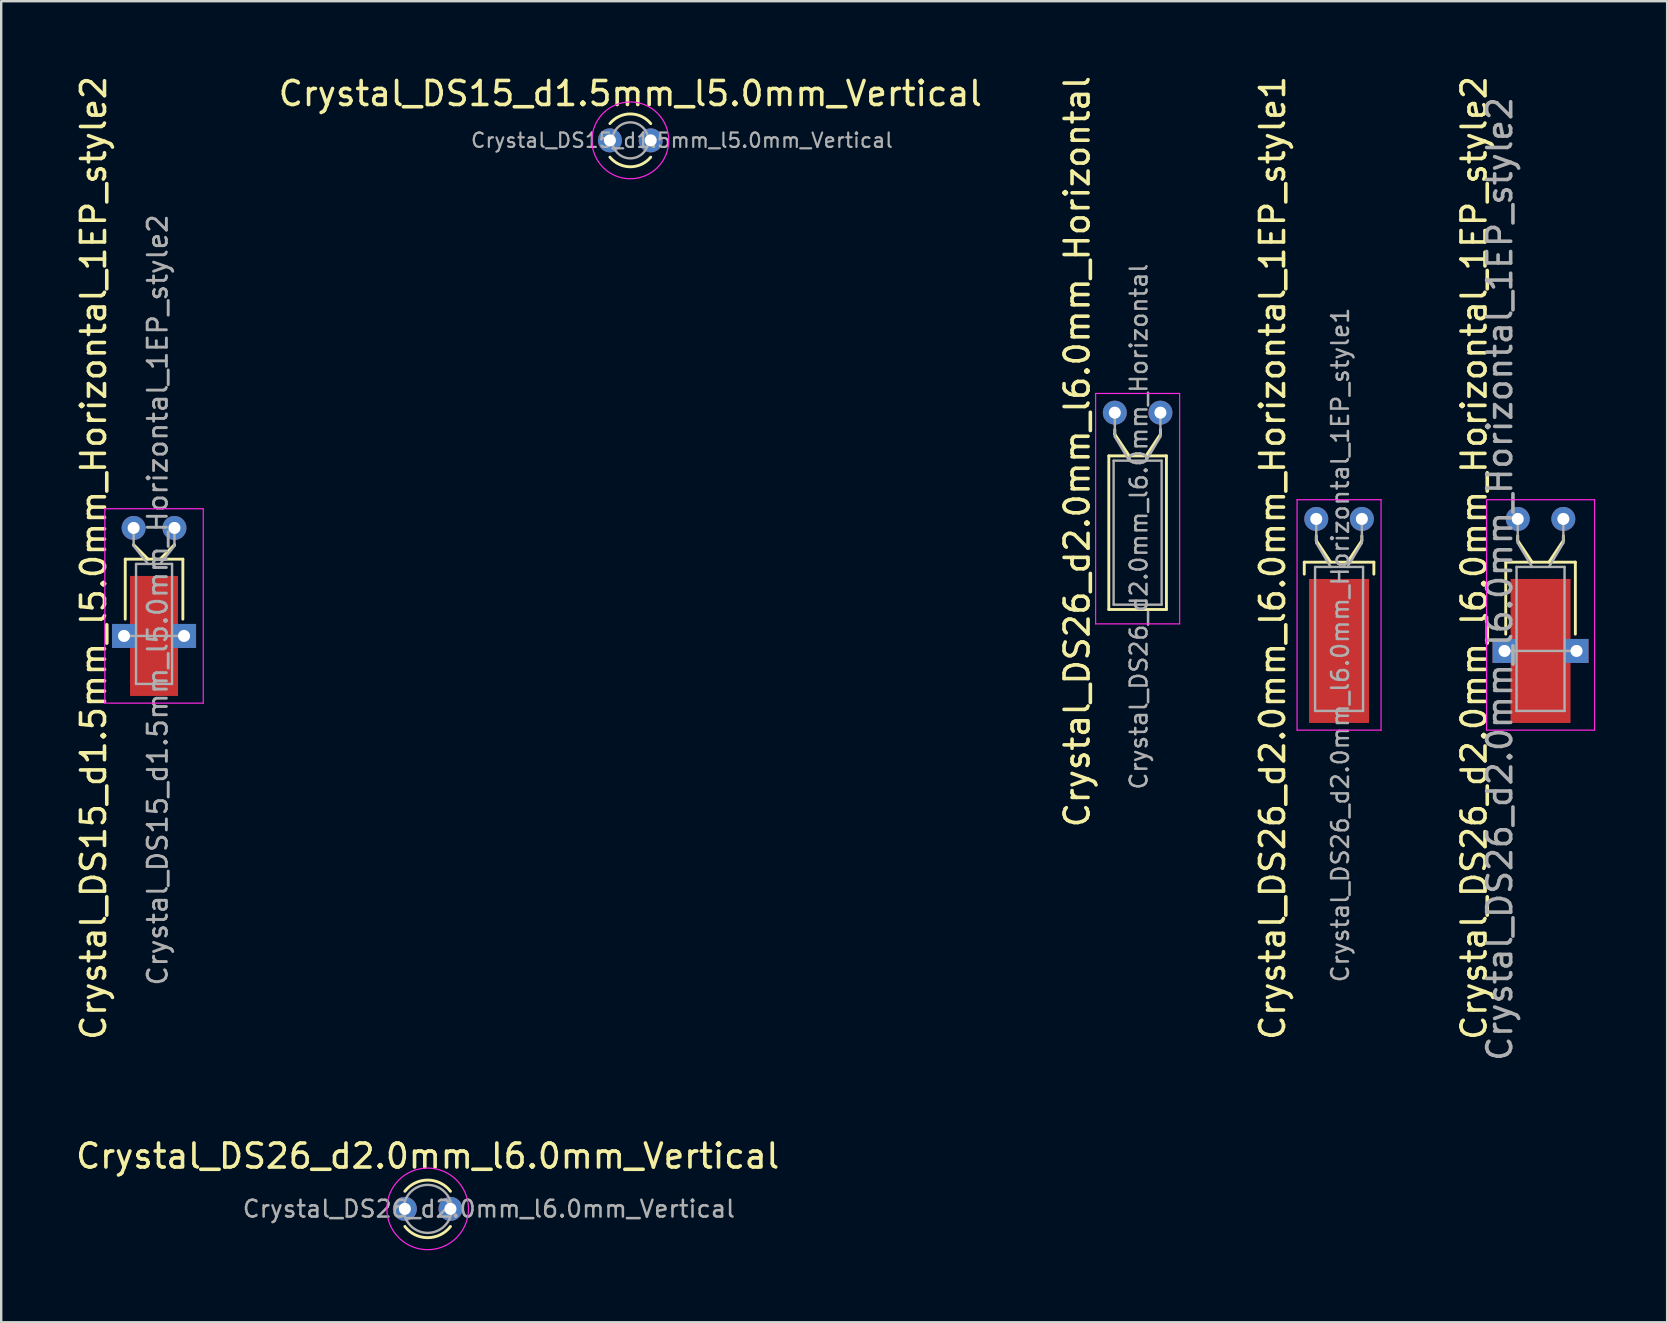
<source format=kicad_pcb>
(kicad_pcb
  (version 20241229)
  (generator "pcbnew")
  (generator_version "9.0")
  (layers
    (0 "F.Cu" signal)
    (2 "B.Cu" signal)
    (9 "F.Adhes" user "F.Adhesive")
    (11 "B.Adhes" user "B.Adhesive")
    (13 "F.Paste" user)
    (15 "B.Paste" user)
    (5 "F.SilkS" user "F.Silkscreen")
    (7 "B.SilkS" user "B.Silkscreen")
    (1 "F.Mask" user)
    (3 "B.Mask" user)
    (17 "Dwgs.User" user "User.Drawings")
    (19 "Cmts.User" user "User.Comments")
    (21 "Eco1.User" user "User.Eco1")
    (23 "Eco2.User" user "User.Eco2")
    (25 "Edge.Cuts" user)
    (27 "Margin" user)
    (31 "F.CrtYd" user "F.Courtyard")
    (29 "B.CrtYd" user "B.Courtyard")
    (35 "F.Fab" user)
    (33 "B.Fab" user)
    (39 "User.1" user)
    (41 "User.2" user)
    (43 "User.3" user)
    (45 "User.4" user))
  (footprint "Crystal_DS15_d1.5mm_l5.0mm_Horizontal_1EP_style2"
    (layer "F.Cu")
    (at 2.518 18.946)
    (property "Reference" "Crystal_DS15_d1.5mm_l5.0mm_Horizontal_1EP_style2" (at -1.67 1.25 90) (layer "F.SilkS") (effects (font (size 1 1) (thickness 0.15))))
    (attr through_hole)
    (fp_line (start -0.35 1.3) (end 2.05 1.3) (stroke (width 0.12) (type solid)) (layer "F.SilkS"))
    (fp_line (start -0.35 3.8) (end -0.35 1.3) (stroke (width 0.12) (type solid)) (layer "F.SilkS"))
    (fp_line (start 0 0.7) (end 0 0.7) (stroke (width 0.12) (type solid)) (layer "F.SilkS"))
    (fp_line (start 0.6 1.3) (end 0 0.7) (stroke (width 0.12) (type solid)) (layer "F.SilkS"))
    (fp_line (start 1.1 1.3) (end 1.7 0.7) (stroke (width 0.12) (type solid)) (layer "F.SilkS"))
    (fp_line (start 1.7 0.7) (end 1.7 0.7) (stroke (width 0.12) (type solid)) (layer "F.SilkS"))
    (fp_line (start 2.05 1.3) (end 2.05 3.8) (stroke (width 0.12) (type solid)) (layer "F.SilkS"))
    (fp_line (start -1.2 -0.8) (end -1.2 7.3) (stroke (width 0.05) (type solid)) (layer "F.CrtYd"))
    (fp_line (start -1.2 7.3) (end 2.9 7.3) (stroke (width 0.05) (type solid)) (layer "F.CrtYd"))
    (fp_line (start 2.9 -0.8) (end -1.2 -0.8) (stroke (width 0.05) (type solid)) (layer "F.CrtYd"))
    (fp_line (start 2.9 7.3) (end 2.9 -0.8) (stroke (width 0.05) (type solid)) (layer "F.CrtYd"))
    (fp_line (start -0.4 4.5) (end 2.1 4.5) (stroke (width 0.1) (type solid)) (layer "F.Fab"))
    (fp_line (start 0 0.75) (end 0 0) (stroke (width 0.1) (type solid)) (layer "F.Fab"))
    (fp_line (start 0.1 1.5) (end 0.1 6.5) (stroke (width 0.1) (type solid)) (layer "F.Fab"))
    (fp_line (start 0.1 6.5) (end 1.6 6.5) (stroke (width 0.1) (type solid)) (layer "F.Fab"))
    (fp_line (start 0.6 1.5) (end 0 0.75) (stroke (width 0.1) (type solid)) (layer "F.Fab"))
    (fp_line (start 1.1 1.5) (end 1.7 0.75) (stroke (width 0.1) (type solid)) (layer "F.Fab"))
    (fp_line (start 1.6 1.5) (end 0.1 1.5) (stroke (width 0.1) (type solid)) (layer "F.Fab"))
    (fp_line (start 1.6 6.5) (end 1.6 1.5) (stroke (width 0.1) (type solid)) (layer "F.Fab"))
    (fp_line (start 1.7 0.75) (end 1.7 0) (stroke (width 0.1) (type solid)) (layer "F.Fab"))
    (fp_text user "${REFERENCE}" (at 1 3 90) (layer "F.Fab") (effects (font (size 0.8 0.8) (thickness 0.12))))
    (pad "1" thru_hole circle (at 0 0) (size 1 1) (drill 0.5) (layers "*.Cu" "*.Mask"))
    (pad "2" thru_hole circle (at 1.7 0) (size 1 1) (drill 0.5) (layers "*.Cu" "*.Mask"))
    (pad "3" thru_hole rect (at -0.4 4.5) (size 1 1) (drill 0.5) (layers "*.Cu" "*.Mask"))
    (pad "3" smd rect (at 0.85 4.5) (size 2 5) (layers "F.Cu" "F.Mask" "F.Paste"))
    (pad "3" thru_hole rect (at 2.1 4.5) (size 1 1) (drill 0.5) (layers "*.Cu" "*.Mask")))
  (footprint "Crystal_DS26_d2.0mm_l6.0mm_Horizontal_1EP_style1"
    (layer "F.Cu")
    (at 51.79 18.571)
    (property "Reference" "Crystal_DS26_d2.0mm_l6.0mm_Horizontal_1EP_style1" (at -1.82 1.625 90) (layer "F.SilkS") (effects (font (size 1 1) (thickness 0.15))))
    (attr through_hole)
    (fp_line (start -0.5 1.8) (end 2.4 1.8) (stroke (width 0.12) (type solid)) (layer "F.SilkS"))
    (fp_line (start -0.5 2.3) (end -0.5 1.8) (stroke (width 0.12) (type solid)) (layer "F.SilkS"))
    (fp_line (start 0 0.9) (end 0 0.7) (stroke (width 0.12) (type solid)) (layer "F.SilkS"))
    (fp_line (start 0.6 1.8) (end 0 0.9) (stroke (width 0.12) (type solid)) (layer "F.SilkS"))
    (fp_line (start 1.3 1.8) (end 1.9 0.9) (stroke (width 0.12) (type solid)) (layer "F.SilkS"))
    (fp_line (start 1.9 0.9) (end 1.9 0.7) (stroke (width 0.12) (type solid)) (layer "F.SilkS"))
    (fp_line (start 2.4 1.8) (end 2.4 2.3) (stroke (width 0.12) (type solid)) (layer "F.SilkS"))
    (fp_line (start -0.8 -0.8) (end -0.8 8.8) (stroke (width 0.05) (type solid)) (layer "F.CrtYd"))
    (fp_line (start -0.8 8.8) (end 2.7 8.8) (stroke (width 0.05) (type solid)) (layer "F.CrtYd"))
    (fp_line (start 2.7 -0.8) (end -0.8 -0.8) (stroke (width 0.05) (type solid)) (layer "F.CrtYd"))
    (fp_line (start 2.7 8.8) (end 2.7 -0.8) (stroke (width 0.05) (type solid)) (layer "F.CrtYd"))
    (fp_line (start -0.05 2) (end -0.05 8) (stroke (width 0.1) (type solid)) (layer "F.Fab"))
    (fp_line (start -0.05 8) (end 1.95 8) (stroke (width 0.1) (type solid)) (layer "F.Fab"))
    (fp_line (start 0 1) (end 0 0) (stroke (width 0.1) (type solid)) (layer "F.Fab"))
    (fp_line (start 0.6 2) (end 0 1) (stroke (width 0.1) (type solid)) (layer "F.Fab"))
    (fp_line (start 1.3 2) (end 1.9 1) (stroke (width 0.1) (type solid)) (layer "F.Fab"))
    (fp_line (start 1.9 1) (end 1.9 0) (stroke (width 0.1) (type solid)) (layer "F.Fab"))
    (fp_line (start 1.95 2) (end -0.05 2) (stroke (width 0.1) (type solid)) (layer "F.Fab"))
    (fp_line (start 1.95 8) (end 1.95 2) (stroke (width 0.1) (type solid)) (layer "F.Fab"))
    (fp_text user "${REFERENCE}" (at 1 5.25 90) (layer "F.Fab") (effects (font (size 0.7 0.7) (thickness 0.105))))
    (pad "1" thru_hole circle (at 0 0) (size 1 1) (drill 0.5) (layers "*.Cu" "*.Mask"))
    (pad "2" thru_hole circle (at 1.9 0) (size 1 1) (drill 0.5) (layers "*.Cu" "*.Mask"))
    (pad "3" smd rect (at 0.95 5.5) (size 2.5 6) (layers "F.Cu" "F.Mask" "F.Paste")))
  (footprint "Crystal_DS26_d2.0mm_l6.0mm_Horizontal_1EP_style2"
    (layer "F.Cu")
    (at 60.184 18.571)
    (property "Reference" "Crystal_DS26_d2.0mm_l6.0mm_Horizontal_1EP_style2" (at -1.82 1.625 90) (layer "F.SilkS") (effects (font (size 1 1) (thickness 0.15))))
    (attr through_hole)
    (fp_line (start -0.5 1.8) (end 2.4 1.8) (stroke (width 0.12) (type solid)) (layer "F.SilkS"))
    (fp_line (start -0.5 4.8) (end -0.5 1.8) (stroke (width 0.12) (type solid)) (layer "F.SilkS"))
    (fp_line (start 0 0.9) (end 0 0.7) (stroke (width 0.12) (type solid)) (layer "F.SilkS"))
    (fp_line (start 0.6 1.8) (end 0 0.9) (stroke (width 0.12) (type solid)) (layer "F.SilkS"))
    (fp_line (start 1.3 1.8) (end 1.9 0.9) (stroke (width 0.12) (type solid)) (layer "F.SilkS"))
    (fp_line (start 1.9 0.9) (end 1.9 0.7) (stroke (width 0.12) (type solid)) (layer "F.SilkS"))
    (fp_line (start 2.4 1.8) (end 2.4 4.8) (stroke (width 0.12) (type solid)) (layer "F.SilkS"))
    (fp_line (start -1.3 -0.8) (end -1.3 8.8) (stroke (width 0.05) (type solid)) (layer "F.CrtYd"))
    (fp_line (start -1.3 8.8) (end 3.2 8.8) (stroke (width 0.05) (type solid)) (layer "F.CrtYd"))
    (fp_line (start 3.2 -0.8) (end -1.3 -0.8) (stroke (width 0.05) (type solid)) (layer "F.CrtYd"))
    (fp_line (start 3.2 8.8) (end 3.2 -0.8) (stroke (width 0.05) (type solid)) (layer "F.CrtYd"))
    (fp_line (start -0.55 5.5) (end 2.45 5.5) (stroke (width 0.1) (type solid)) (layer "F.Fab"))
    (fp_line (start -0.05 2) (end -0.05 8) (stroke (width 0.1) (type solid)) (layer "F.Fab"))
    (fp_line (start -0.05 8) (end 1.95 8) (stroke (width 0.1) (type solid)) (layer "F.Fab"))
    (fp_line (start 0 1) (end 0 0) (stroke (width 0.1) (type solid)) (layer "F.Fab"))
    (fp_line (start 0.6 2) (end 0 1) (stroke (width 0.1) (type solid)) (layer "F.Fab"))
    (fp_line (start 1.3 2) (end 1.9 1) (stroke (width 0.1) (type solid)) (layer "F.Fab"))
    (fp_line (start 1.9 1) (end 1.9 0) (stroke (width 0.1) (type solid)) (layer "F.Fab"))
    (fp_line (start 1.95 2) (end -0.05 2) (stroke (width 0.1) (type solid)) (layer "F.Fab"))
    (fp_line (start 1.95 8) (end 1.95 2) (stroke (width 0.1) (type solid)) (layer "F.Fab"))
    (fp_text user "${REFERENCE}" (at -0.75 2.5 90) (layer "F.Fab") (effects (font (size 1 1) (thickness 0.15))))
    (pad "1" thru_hole circle (at 0 0) (size 1 1) (drill 0.5) (layers "*.Cu" "*.Mask"))
    (pad "2" thru_hole circle (at 1.9 0) (size 1 1) (drill 0.5) (layers "*.Cu" "*.Mask"))
    (pad "3" thru_hole rect (at -0.55 5.5) (size 1 1) (drill 0.5) (layers "*.Cu" "*.Mask"))
    (pad "3" smd rect (at 0.95 5.5) (size 2.5 6) (layers "F.Cu" "F.Mask" "F.Paste"))
    (pad "3" thru_hole rect (at 2.45 5.5) (size 1 1) (drill 0.5) (layers "*.Cu" "*.Mask")))
  (footprint "Crystal_DS26_d2.0mm_l6.0mm_Vertical"
    (layer "F.Cu")
    (at 13.818 47.316)
    (property "Reference" "Crystal_DS26_d2.0mm_l6.0mm_Vertical" (at 0.95 -2.2 0) (layer "F.SilkS") (effects (font (size 1 1) (thickness 0.15))))
    (attr through_hole)
    (fp_arc (start 0 -0.733144) (mid 0.950178 -1.2) (end 1.900217 -0.732863) (stroke (width 0.12) (type solid)) (layer "F.SilkS"))
    (fp_arc (start 1.900217 0.732863) (mid 0.950178 1.2) (end 0 0.733144) (stroke (width 0.12) (type solid)) (layer "F.SilkS"))
    (fp_circle (center 0.95 0) (end 2.65 0) (stroke (width 0.05) (type solid)) (fill no) (layer "F.CrtYd"))
    (fp_circle (center 0.95 0) (end 1.95 0) (stroke (width 0.1) (type solid)) (fill no) (layer "F.Fab"))
    (fp_text user "${REFERENCE}" (at 3.5 0 0) (layer "F.Fab") (effects (font (size 0.7 0.7) (thickness 0.105))))
    (pad "1" thru_hole circle (at 0 0) (size 1 1) (drill 0.5) (layers "*.Cu" "*.Mask"))
    (pad "2" thru_hole circle (at 1.9 0) (size 1 1) (drill 0.5) (layers "*.Cu" "*.Mask")))
  (footprint "Crystal_DS26_d2.0mm_l6.0mm_Horizontal"
    (layer "F.Cu")
    (at 43.397 14.143)
    (property "Reference" "Crystal_DS26_d2.0mm_l6.0mm_Horizontal" (at -1.57 1.625 90) (layer "F.SilkS") (effects (font (size 1 1) (thickness 0.15))))
    (attr through_hole)
    (fp_line (start -0.25 1.8) (end -0.25 8.2) (stroke (width 0.12) (type solid)) (layer "F.SilkS"))
    (fp_line (start -0.25 8.2) (end 2.15 8.2) (stroke (width 0.12) (type solid)) (layer "F.SilkS"))
    (fp_line (start 0 0.9) (end 0 0.7) (stroke (width 0.12) (type solid)) (layer "F.SilkS"))
    (fp_line (start 0.6 1.8) (end 0 0.9) (stroke (width 0.12) (type solid)) (layer "F.SilkS"))
    (fp_line (start 1.3 1.8) (end 1.9 0.9) (stroke (width 0.12) (type solid)) (layer "F.SilkS"))
    (fp_line (start 1.9 0.9) (end 1.9 0.7) (stroke (width 0.12) (type solid)) (layer "F.SilkS"))
    (fp_line (start 2.15 1.8) (end -0.25 1.8) (stroke (width 0.12) (type solid)) (layer "F.SilkS"))
    (fp_line (start 2.15 8.2) (end 2.15 1.8) (stroke (width 0.12) (type solid)) (layer "F.SilkS"))
    (fp_line (start -0.8 -0.8) (end -0.8 8.8) (stroke (width 0.05) (type solid)) (layer "F.CrtYd"))
    (fp_line (start -0.8 8.8) (end 2.7 8.8) (stroke (width 0.05) (type solid)) (layer "F.CrtYd"))
    (fp_line (start 2.7 -0.8) (end -0.8 -0.8) (stroke (width 0.05) (type solid)) (layer "F.CrtYd"))
    (fp_line (start 2.7 8.8) (end 2.7 -0.8) (stroke (width 0.05) (type solid)) (layer "F.CrtYd"))
    (fp_line (start -0.05 2) (end -0.05 8) (stroke (width 0.1) (type solid)) (layer "F.Fab"))
    (fp_line (start -0.05 8) (end 1.95 8) (stroke (width 0.1) (type solid)) (layer "F.Fab"))
    (fp_line (start 0 1) (end 0 0) (stroke (width 0.1) (type solid)) (layer "F.Fab"))
    (fp_line (start 0.6 2) (end 0 1) (stroke (width 0.1) (type solid)) (layer "F.Fab"))
    (fp_line (start 1.3 2) (end 1.9 1) (stroke (width 0.1) (type solid)) (layer "F.Fab"))
    (fp_line (start 1.9 1) (end 1.9 0) (stroke (width 0.1) (type solid)) (layer "F.Fab"))
    (fp_line (start 1.95 2) (end -0.05 2) (stroke (width 0.1) (type solid)) (layer "F.Fab"))
    (fp_line (start 1.95 8) (end 1.95 2) (stroke (width 0.1) (type solid)) (layer "F.Fab"))
    (fp_text user "${REFERENCE}" (at 1 4.75 90) (layer "F.Fab") (effects (font (size 0.7 0.7) (thickness 0.105))))
    (pad "1" thru_hole circle (at 0 0) (size 1 1) (drill 0.5) (layers "*.Cu" "*.Mask"))
    (pad "2" thru_hole circle (at 1.9 0) (size 1 1) (drill 0.5) (layers "*.Cu" "*.Mask")))
  (footprint "Crystal_DS15_d1.5mm_l5.0mm_Vertical"
    (layer "F.Cu")
    (at 22.361 2.798)
    (property "Reference" "Crystal_DS15_d1.5mm_l5.0mm_Vertical" (at 0.85 -1.95 0) (layer "F.SilkS") (effects (font (size 1 1) (thickness 0.15))))
    (attr through_hole)
    (fp_arc (start 0 -0.7) (mid 0.850432 -1.101136) (end 1.700549 -0.699333) (stroke (width 0.12) (type solid)) (layer "F.SilkS"))
    (fp_arc (start 1.700549 0.699333) (mid 0.850432 1.101136) (end 0 0.7) (stroke (width 0.12) (type solid)) (layer "F.SilkS"))
    (fp_circle (center 0.85 0) (end 2.45 0) (stroke (width 0.05) (type solid)) (fill no) (layer "F.CrtYd"))
    (fp_circle (center 0.85 0) (end 1.6 0) (stroke (width 0.1) (type solid)) (fill no) (layer "F.Fab"))
    (fp_text user "${REFERENCE}" (at 3 0 0) (layer "F.Fab") (effects (font (size 0.6 0.6) (thickness 0.09))))
    (pad "1" thru_hole circle (at 0 0) (size 1 1) (drill 0.5) (layers "*.Cu" "*.Mask"))
    (pad "2" thru_hole circle (at 1.7 0) (size 1 1) (drill 0.5) (layers "*.Cu" "*.Mask")))
  (gr_rect
    (start -3 -3)
    (end 66.409 52.041)
    (stroke (width 0.1) (type default))
    (fill no)
    (layer "Edge.Cuts")))
</source>
